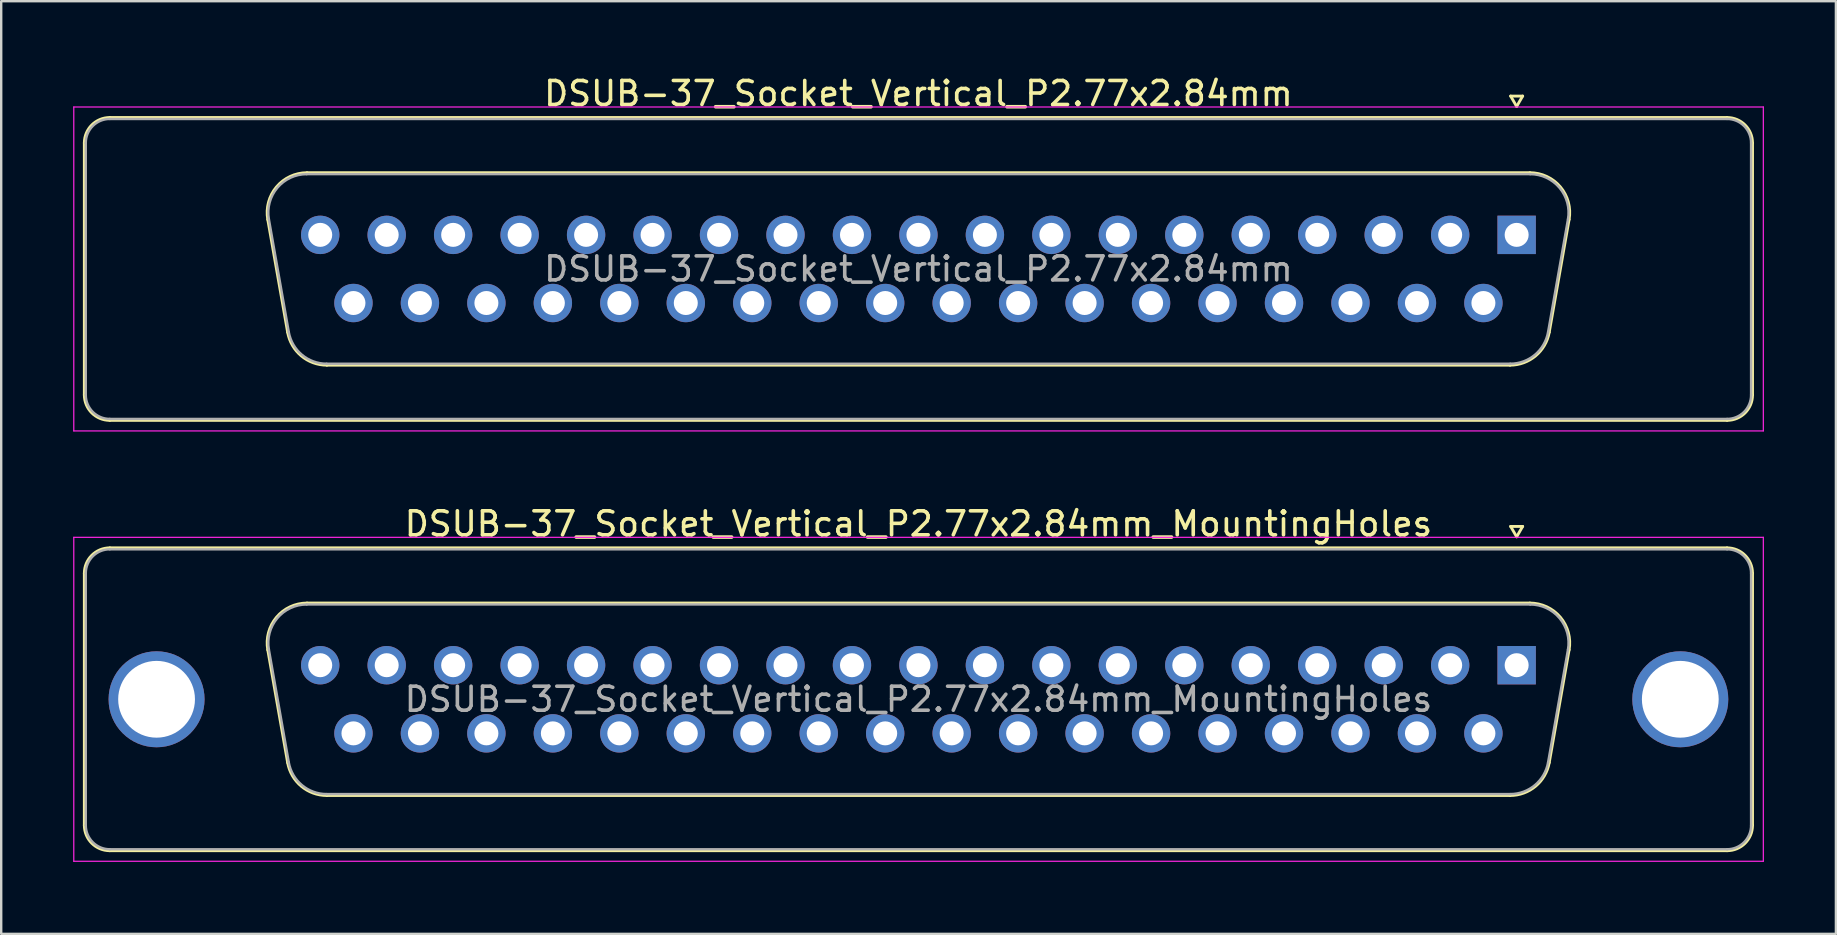
<source format=kicad_pcb>
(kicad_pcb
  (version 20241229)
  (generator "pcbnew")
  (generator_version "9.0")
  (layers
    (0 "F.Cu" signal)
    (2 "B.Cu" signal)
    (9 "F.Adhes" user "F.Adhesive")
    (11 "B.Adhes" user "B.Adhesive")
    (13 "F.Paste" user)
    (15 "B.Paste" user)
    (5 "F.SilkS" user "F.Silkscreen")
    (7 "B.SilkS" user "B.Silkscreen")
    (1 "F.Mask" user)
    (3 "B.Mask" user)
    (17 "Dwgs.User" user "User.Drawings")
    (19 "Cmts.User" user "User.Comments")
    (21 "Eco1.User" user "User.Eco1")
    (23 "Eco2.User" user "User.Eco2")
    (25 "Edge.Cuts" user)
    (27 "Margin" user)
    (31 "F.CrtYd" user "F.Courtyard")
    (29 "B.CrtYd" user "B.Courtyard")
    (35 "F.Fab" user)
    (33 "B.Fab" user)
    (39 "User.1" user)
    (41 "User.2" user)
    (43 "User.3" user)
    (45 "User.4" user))
  (footprint "DSUB-37_Socket_Vertical_P2.77x2.84mm"
    (layer "F.Cu")
    (at 60.155 6.738)
    (property "Reference" "DSUB-37_Socket_Vertical_P2.77x2.84mm" (at -24.93 -5.89 0) (layer "F.SilkS") (effects (font (size 1 1) (thickness 0.15))))
    (attr through_hole)
    (fp_line (start -59.69 6.67) (end -59.69 -3.83) (stroke (width 0.12) (type solid)) (layer "F.SilkS"))
    (fp_line (start -58.63 -4.89) (end 8.77 -4.89) (stroke (width 0.12) (type solid)) (layer "F.SilkS"))
    (fp_line (start -51.218 4.058) (end -52.046 -0.642) (stroke (width 0.12) (type solid)) (layer "F.SilkS"))
    (fp_line (start -50.412 -2.59) (end 0.552 -2.59) (stroke (width 0.12) (type solid)) (layer "F.SilkS"))
    (fp_line (start -0.277 5.43) (end -49.583 5.43) (stroke (width 0.12) (type solid)) (layer "F.SilkS"))
    (fp_line (start -0.25 -5.784) (end 0.25 -5.784) (stroke (width 0.12) (type solid)) (layer "F.SilkS"))
    (fp_line (start 0 -5.351) (end -0.25 -5.784) (stroke (width 0.12) (type solid)) (layer "F.SilkS"))
    (fp_line (start 0.25 -5.784) (end 0 -5.351) (stroke (width 0.12) (type solid)) (layer "F.SilkS"))
    (fp_line (start 2.186 -0.642) (end 1.358 4.058) (stroke (width 0.12) (type solid)) (layer "F.SilkS"))
    (fp_line (start 8.77 7.73) (end -58.63 7.73) (stroke (width 0.12) (type solid)) (layer "F.SilkS"))
    (fp_line (start 9.83 -3.83) (end 9.83 6.67) (stroke (width 0.12) (type solid)) (layer "F.SilkS"))
    (fp_arc (start -59.69 -3.83) (mid -59.379533 -4.579533) (end -58.63 -4.89) (stroke (width 0.12) (type solid)) (layer "F.SilkS"))
    (fp_arc (start -58.63 7.73) (mid -59.379533 7.419533) (end -59.69 6.67) (stroke (width 0.12) (type solid)) (layer "F.SilkS"))
    (fp_arc (start -52.04647 -0.641744) (mid -51.683323 -1.997027) (end -50.411689 -2.59) (stroke (width 0.12) (type solid)) (layer "F.SilkS"))
    (fp_arc (start -49.582952 5.43) (mid -50.64998 5.041634) (end -51.217733 4.058256) (stroke (width 0.12) (type solid)) (layer "F.SilkS"))
    (fp_arc (start 0.551689 -2.59) (mid 1.823323 -1.997027) (end 2.18647 -0.641744) (stroke (width 0.12) (type solid)) (layer "F.SilkS"))
    (fp_arc (start 1.357733 4.058256) (mid 0.78998 5.041634) (end -0.277048 5.43) (stroke (width 0.12) (type solid)) (layer "F.SilkS"))
    (fp_arc (start 8.77 -4.89) (mid 9.519533 -4.579533) (end 9.83 -3.83) (stroke (width 0.12) (type solid)) (layer "F.SilkS"))
    (fp_arc (start 9.83 6.67) (mid 9.519533 7.419533) (end 8.77 7.73) (stroke (width 0.12) (type solid)) (layer "F.SilkS"))
    (fp_line (start -60.13 -5.33) (end -60.13 8.17) (stroke (width 0.05) (type solid)) (layer "F.CrtYd"))
    (fp_line (start -60.13 8.17) (end 10.28 8.17) (stroke (width 0.05) (type solid)) (layer "F.CrtYd"))
    (fp_line (start 10.28 -5.33) (end -60.13 -5.33) (stroke (width 0.05) (type solid)) (layer "F.CrtYd"))
    (fp_line (start 10.28 8.17) (end 10.28 -5.33) (stroke (width 0.05) (type solid)) (layer "F.CrtYd"))
    (fp_line (start -59.63 6.67) (end -59.63 -3.83) (stroke (width 0.1) (type solid)) (layer "F.Fab"))
    (fp_line (start -58.63 -4.83) (end 8.77 -4.83) (stroke (width 0.1) (type solid)) (layer "F.Fab"))
    (fp_line (start -51.17 4.048) (end -51.999 -0.652) (stroke (width 0.1) (type solid)) (layer "F.Fab"))
    (fp_line (start -50.423 -2.53) (end 0.563 -2.53) (stroke (width 0.1) (type solid)) (layer "F.Fab"))
    (fp_line (start -0.266 5.37) (end -49.594 5.37) (stroke (width 0.1) (type solid)) (layer "F.Fab"))
    (fp_line (start 2.139 -0.652) (end 1.31 4.048) (stroke (width 0.1) (type solid)) (layer "F.Fab"))
    (fp_line (start 8.77 7.67) (end -58.63 7.67) (stroke (width 0.1) (type solid)) (layer "F.Fab"))
    (fp_line (start 9.77 -3.83) (end 9.77 6.67) (stroke (width 0.1) (type solid)) (layer "F.Fab"))
    (fp_arc (start -59.63 -3.83) (mid -59.337107 -4.537107) (end -58.63 -4.83) (stroke (width 0.1) (type solid)) (layer "F.Fab"))
    (fp_arc (start -58.63 7.67) (mid -59.337107 7.377107) (end -59.63 6.67) (stroke (width 0.1) (type solid)) (layer "F.Fab"))
    (fp_arc (start -51.998887 -0.652163) (mid -51.648865 -1.95846) (end -50.423194 -2.53) (stroke (width 0.1) (type solid)) (layer "F.Fab"))
    (fp_arc (start -49.594457 5.37) (mid -50.622918 4.995671) (end -51.17015 4.047837) (stroke (width 0.1) (type solid)) (layer "F.Fab"))
    (fp_arc (start 0.563194 -2.53) (mid 1.788865 -1.95846) (end 2.138887 -0.652163) (stroke (width 0.1) (type solid)) (layer "F.Fab"))
    (fp_arc (start 1.31015 4.047837) (mid 0.762918 4.995671) (end -0.265543 5.37) (stroke (width 0.1) (type solid)) (layer "F.Fab"))
    (fp_arc (start 8.77 -4.83) (mid 9.477107 -4.537107) (end 9.77 -3.83) (stroke (width 0.1) (type solid)) (layer "F.Fab"))
    (fp_arc (start 9.77 6.67) (mid 9.477107 7.377107) (end 8.77 7.67) (stroke (width 0.1) (type solid)) (layer "F.Fab"))
    (fp_text user "${REFERENCE}" (at -24.93 1.42 0) (layer "F.Fab") (effects (font (size 1 1) (thickness 0.15))))
    (pad "1" thru_hole rect (at 0 0) (size 1.6 1.6) (drill 1) (layers "*.Cu" "*.Mask"))
    (pad "2" thru_hole circle (at -2.77 0) (size 1.6 1.6) (drill 1) (layers "*.Cu" "*.Mask"))
    (pad "3" thru_hole circle (at -5.54 0) (size 1.6 1.6) (drill 1) (layers "*.Cu" "*.Mask"))
    (pad "4" thru_hole circle (at -8.31 0) (size 1.6 1.6) (drill 1) (layers "*.Cu" "*.Mask"))
    (pad "5" thru_hole circle (at -11.08 0) (size 1.6 1.6) (drill 1) (layers "*.Cu" "*.Mask"))
    (pad "6" thru_hole circle (at -13.85 0) (size 1.6 1.6) (drill 1) (layers "*.Cu" "*.Mask"))
    (pad "7" thru_hole circle (at -16.62 0) (size 1.6 1.6) (drill 1) (layers "*.Cu" "*.Mask"))
    (pad "8" thru_hole circle (at -19.39 0) (size 1.6 1.6) (drill 1) (layers "*.Cu" "*.Mask"))
    (pad "9" thru_hole circle (at -22.16 0) (size 1.6 1.6) (drill 1) (layers "*.Cu" "*.Mask"))
    (pad "10" thru_hole circle (at -24.93 0) (size 1.6 1.6) (drill 1) (layers "*.Cu" "*.Mask"))
    (pad "11" thru_hole circle (at -27.7 0) (size 1.6 1.6) (drill 1) (layers "*.Cu" "*.Mask"))
    (pad "12" thru_hole circle (at -30.47 0) (size 1.6 1.6) (drill 1) (layers "*.Cu" "*.Mask"))
    (pad "13" thru_hole circle (at -33.24 0) (size 1.6 1.6) (drill 1) (layers "*.Cu" "*.Mask"))
    (pad "14" thru_hole circle (at -36.01 0) (size 1.6 1.6) (drill 1) (layers "*.Cu" "*.Mask"))
    (pad "15" thru_hole circle (at -38.78 0) (size 1.6 1.6) (drill 1) (layers "*.Cu" "*.Mask"))
    (pad "16" thru_hole circle (at -41.55 0) (size 1.6 1.6) (drill 1) (layers "*.Cu" "*.Mask"))
    (pad "17" thru_hole circle (at -44.32 0) (size 1.6 1.6) (drill 1) (layers "*.Cu" "*.Mask"))
    (pad "18" thru_hole circle (at -47.09 0) (size 1.6 1.6) (drill 1) (layers "*.Cu" "*.Mask"))
    (pad "19" thru_hole circle (at -49.86 0) (size 1.6 1.6) (drill 1) (layers "*.Cu" "*.Mask"))
    (pad "20" thru_hole circle (at -1.385 2.84) (size 1.6 1.6) (drill 1) (layers "*.Cu" "*.Mask"))
    (pad "21" thru_hole circle (at -4.155 2.84) (size 1.6 1.6) (drill 1) (layers "*.Cu" "*.Mask"))
    (pad "22" thru_hole circle (at -6.925 2.84) (size 1.6 1.6) (drill 1) (layers "*.Cu" "*.Mask"))
    (pad "23" thru_hole circle (at -9.695 2.84) (size 1.6 1.6) (drill 1) (layers "*.Cu" "*.Mask"))
    (pad "24" thru_hole circle (at -12.465 2.84) (size 1.6 1.6) (drill 1) (layers "*.Cu" "*.Mask"))
    (pad "25" thru_hole circle (at -15.235 2.84) (size 1.6 1.6) (drill 1) (layers "*.Cu" "*.Mask"))
    (pad "26" thru_hole circle (at -18.005 2.84) (size 1.6 1.6) (drill 1) (layers "*.Cu" "*.Mask"))
    (pad "27" thru_hole circle (at -20.775 2.84) (size 1.6 1.6) (drill 1) (layers "*.Cu" "*.Mask"))
    (pad "28" thru_hole circle (at -23.545 2.84) (size 1.6 1.6) (drill 1) (layers "*.Cu" "*.Mask"))
    (pad "29" thru_hole circle (at -26.315 2.84) (size 1.6 1.6) (drill 1) (layers "*.Cu" "*.Mask"))
    (pad "30" thru_hole circle (at -29.085 2.84) (size 1.6 1.6) (drill 1) (layers "*.Cu" "*.Mask"))
    (pad "31" thru_hole circle (at -31.855 2.84) (size 1.6 1.6) (drill 1) (layers "*.Cu" "*.Mask"))
    (pad "32" thru_hole circle (at -34.625 2.84) (size 1.6 1.6) (drill 1) (layers "*.Cu" "*.Mask"))
    (pad "33" thru_hole circle (at -37.395 2.84) (size 1.6 1.6) (drill 1) (layers "*.Cu" "*.Mask"))
    (pad "34" thru_hole circle (at -40.165 2.84) (size 1.6 1.6) (drill 1) (layers "*.Cu" "*.Mask"))
    (pad "35" thru_hole circle (at -42.935 2.84) (size 1.6 1.6) (drill 1) (layers "*.Cu" "*.Mask"))
    (pad "36" thru_hole circle (at -45.705 2.84) (size 1.6 1.6) (drill 1) (layers "*.Cu" "*.Mask"))
    (pad "37" thru_hole circle (at -48.475 2.84) (size 1.6 1.6) (drill 1) (layers "*.Cu" "*.Mask")))
  (footprint "DSUB-37_Socket_Vertical_P2.77x2.84mm_MountingHoles"
    (layer "F.Cu")
    (at 60.155 24.672)
    (property "Reference" "DSUB-37_Socket_Vertical_P2.77x2.84mm_MountingHoles" (at -24.93 -5.89 0) (layer "F.SilkS") (effects (font (size 1 1) (thickness 0.15))))
    (attr through_hole)
    (fp_line (start -59.69 6.67) (end -59.69 -3.83) (stroke (width 0.12) (type solid)) (layer "F.SilkS"))
    (fp_line (start -58.63 -4.89) (end 8.77 -4.89) (stroke (width 0.12) (type solid)) (layer "F.SilkS"))
    (fp_line (start -51.218 4.058) (end -52.046 -0.642) (stroke (width 0.12) (type solid)) (layer "F.SilkS"))
    (fp_line (start -50.412 -2.59) (end 0.552 -2.59) (stroke (width 0.12) (type solid)) (layer "F.SilkS"))
    (fp_line (start -0.277 5.43) (end -49.583 5.43) (stroke (width 0.12) (type solid)) (layer "F.SilkS"))
    (fp_line (start -0.25 -5.784) (end 0.25 -5.784) (stroke (width 0.12) (type solid)) (layer "F.SilkS"))
    (fp_line (start 0 -5.351) (end -0.25 -5.784) (stroke (width 0.12) (type solid)) (layer "F.SilkS"))
    (fp_line (start 0.25 -5.784) (end 0 -5.351) (stroke (width 0.12) (type solid)) (layer "F.SilkS"))
    (fp_line (start 2.186 -0.642) (end 1.358 4.058) (stroke (width 0.12) (type solid)) (layer "F.SilkS"))
    (fp_line (start 8.77 7.73) (end -58.63 7.73) (stroke (width 0.12) (type solid)) (layer "F.SilkS"))
    (fp_line (start 9.83 -3.83) (end 9.83 6.67) (stroke (width 0.12) (type solid)) (layer "F.SilkS"))
    (fp_arc (start -59.69 -3.83) (mid -59.379533 -4.579533) (end -58.63 -4.89) (stroke (width 0.12) (type solid)) (layer "F.SilkS"))
    (fp_arc (start -58.63 7.73) (mid -59.379533 7.419533) (end -59.69 6.67) (stroke (width 0.12) (type solid)) (layer "F.SilkS"))
    (fp_arc (start -52.04647 -0.641744) (mid -51.683323 -1.997027) (end -50.411689 -2.59) (stroke (width 0.12) (type solid)) (layer "F.SilkS"))
    (fp_arc (start -49.582952 5.43) (mid -50.64998 5.041634) (end -51.217733 4.058256) (stroke (width 0.12) (type solid)) (layer "F.SilkS"))
    (fp_arc (start 0.551689 -2.59) (mid 1.823323 -1.997027) (end 2.18647 -0.641744) (stroke (width 0.12) (type solid)) (layer "F.SilkS"))
    (fp_arc (start 1.357733 4.058256) (mid 0.78998 5.041634) (end -0.277048 5.43) (stroke (width 0.12) (type solid)) (layer "F.SilkS"))
    (fp_arc (start 8.77 -4.89) (mid 9.519533 -4.579533) (end 9.83 -3.83) (stroke (width 0.12) (type solid)) (layer "F.SilkS"))
    (fp_arc (start 9.83 6.67) (mid 9.519533 7.419533) (end 8.77 7.73) (stroke (width 0.12) (type solid)) (layer "F.SilkS"))
    (fp_line (start -60.13 -5.33) (end -60.13 8.17) (stroke (width 0.05) (type solid)) (layer "F.CrtYd"))
    (fp_line (start -60.13 8.17) (end 10.28 8.17) (stroke (width 0.05) (type solid)) (layer "F.CrtYd"))
    (fp_line (start 10.28 -5.33) (end -60.13 -5.33) (stroke (width 0.05) (type solid)) (layer "F.CrtYd"))
    (fp_line (start 10.28 8.17) (end 10.28 -5.33) (stroke (width 0.05) (type solid)) (layer "F.CrtYd"))
    (fp_line (start -59.63 6.67) (end -59.63 -3.83) (stroke (width 0.1) (type solid)) (layer "F.Fab"))
    (fp_line (start -58.63 -4.83) (end 8.77 -4.83) (stroke (width 0.1) (type solid)) (layer "F.Fab"))
    (fp_line (start -51.17 4.048) (end -51.999 -0.652) (stroke (width 0.1) (type solid)) (layer "F.Fab"))
    (fp_line (start -50.423 -2.53) (end 0.563 -2.53) (stroke (width 0.1) (type solid)) (layer "F.Fab"))
    (fp_line (start -0.266 5.37) (end -49.594 5.37) (stroke (width 0.1) (type solid)) (layer "F.Fab"))
    (fp_line (start 2.139 -0.652) (end 1.31 4.048) (stroke (width 0.1) (type solid)) (layer "F.Fab"))
    (fp_line (start 8.77 7.67) (end -58.63 7.67) (stroke (width 0.1) (type solid)) (layer "F.Fab"))
    (fp_line (start 9.77 -3.83) (end 9.77 6.67) (stroke (width 0.1) (type solid)) (layer "F.Fab"))
    (fp_arc (start -59.63 -3.83) (mid -59.337107 -4.537107) (end -58.63 -4.83) (stroke (width 0.1) (type solid)) (layer "F.Fab"))
    (fp_arc (start -58.63 7.67) (mid -59.337107 7.377107) (end -59.63 6.67) (stroke (width 0.1) (type solid)) (layer "F.Fab"))
    (fp_arc (start -51.998887 -0.652163) (mid -51.648865 -1.95846) (end -50.423194 -2.53) (stroke (width 0.1) (type solid)) (layer "F.Fab"))
    (fp_arc (start -49.594457 5.37) (mid -50.622918 4.995671) (end -51.17015 4.047837) (stroke (width 0.1) (type solid)) (layer "F.Fab"))
    (fp_arc (start 0.563194 -2.53) (mid 1.788865 -1.95846) (end 2.138887 -0.652163) (stroke (width 0.1) (type solid)) (layer "F.Fab"))
    (fp_arc (start 1.31015 4.047837) (mid 0.762918 4.995671) (end -0.265543 5.37) (stroke (width 0.1) (type solid)) (layer "F.Fab"))
    (fp_arc (start 8.77 -4.83) (mid 9.477107 -4.537107) (end 9.77 -3.83) (stroke (width 0.1) (type solid)) (layer "F.Fab"))
    (fp_arc (start 9.77 6.67) (mid 9.477107 7.377107) (end 8.77 7.67) (stroke (width 0.1) (type solid)) (layer "F.Fab"))
    (fp_text user "${REFERENCE}" (at -24.93 1.42 0) (layer "F.Fab") (effects (font (size 1 1) (thickness 0.15))))
    (pad "0" thru_hole circle (at -56.68 1.42) (size 4 4) (drill 3.2) (layers "*.Cu" "*.Mask"))
    (pad "0" thru_hole circle (at 6.82 1.42) (size 4 4) (drill 3.2) (layers "*.Cu" "*.Mask"))
    (pad "1" thru_hole rect (at 0 0) (size 1.6 1.6) (drill 1) (layers "*.Cu" "*.Mask"))
    (pad "2" thru_hole circle (at -2.77 0) (size 1.6 1.6) (drill 1) (layers "*.Cu" "*.Mask"))
    (pad "3" thru_hole circle (at -5.54 0) (size 1.6 1.6) (drill 1) (layers "*.Cu" "*.Mask"))
    (pad "4" thru_hole circle (at -8.31 0) (size 1.6 1.6) (drill 1) (layers "*.Cu" "*.Mask"))
    (pad "5" thru_hole circle (at -11.08 0) (size 1.6 1.6) (drill 1) (layers "*.Cu" "*.Mask"))
    (pad "6" thru_hole circle (at -13.85 0) (size 1.6 1.6) (drill 1) (layers "*.Cu" "*.Mask"))
    (pad "7" thru_hole circle (at -16.62 0) (size 1.6 1.6) (drill 1) (layers "*.Cu" "*.Mask"))
    (pad "8" thru_hole circle (at -19.39 0) (size 1.6 1.6) (drill 1) (layers "*.Cu" "*.Mask"))
    (pad "9" thru_hole circle (at -22.16 0) (size 1.6 1.6) (drill 1) (layers "*.Cu" "*.Mask"))
    (pad "10" thru_hole circle (at -24.93 0) (size 1.6 1.6) (drill 1) (layers "*.Cu" "*.Mask"))
    (pad "11" thru_hole circle (at -27.7 0) (size 1.6 1.6) (drill 1) (layers "*.Cu" "*.Mask"))
    (pad "12" thru_hole circle (at -30.47 0) (size 1.6 1.6) (drill 1) (layers "*.Cu" "*.Mask"))
    (pad "13" thru_hole circle (at -33.24 0) (size 1.6 1.6) (drill 1) (layers "*.Cu" "*.Mask"))
    (pad "14" thru_hole circle (at -36.01 0) (size 1.6 1.6) (drill 1) (layers "*.Cu" "*.Mask"))
    (pad "15" thru_hole circle (at -38.78 0) (size 1.6 1.6) (drill 1) (layers "*.Cu" "*.Mask"))
    (pad "16" thru_hole circle (at -41.55 0) (size 1.6 1.6) (drill 1) (layers "*.Cu" "*.Mask"))
    (pad "17" thru_hole circle (at -44.32 0) (size 1.6 1.6) (drill 1) (layers "*.Cu" "*.Mask"))
    (pad "18" thru_hole circle (at -47.09 0) (size 1.6 1.6) (drill 1) (layers "*.Cu" "*.Mask"))
    (pad "19" thru_hole circle (at -49.86 0) (size 1.6 1.6) (drill 1) (layers "*.Cu" "*.Mask"))
    (pad "20" thru_hole circle (at -1.385 2.84) (size 1.6 1.6) (drill 1) (layers "*.Cu" "*.Mask"))
    (pad "21" thru_hole circle (at -4.155 2.84) (size 1.6 1.6) (drill 1) (layers "*.Cu" "*.Mask"))
    (pad "22" thru_hole circle (at -6.925 2.84) (size 1.6 1.6) (drill 1) (layers "*.Cu" "*.Mask"))
    (pad "23" thru_hole circle (at -9.695 2.84) (size 1.6 1.6) (drill 1) (layers "*.Cu" "*.Mask"))
    (pad "24" thru_hole circle (at -12.465 2.84) (size 1.6 1.6) (drill 1) (layers "*.Cu" "*.Mask"))
    (pad "25" thru_hole circle (at -15.235 2.84) (size 1.6 1.6) (drill 1) (layers "*.Cu" "*.Mask"))
    (pad "26" thru_hole circle (at -18.005 2.84) (size 1.6 1.6) (drill 1) (layers "*.Cu" "*.Mask"))
    (pad "27" thru_hole circle (at -20.775 2.84) (size 1.6 1.6) (drill 1) (layers "*.Cu" "*.Mask"))
    (pad "28" thru_hole circle (at -23.545 2.84) (size 1.6 1.6) (drill 1) (layers "*.Cu" "*.Mask"))
    (pad "29" thru_hole circle (at -26.315 2.84) (size 1.6 1.6) (drill 1) (layers "*.Cu" "*.Mask"))
    (pad "30" thru_hole circle (at -29.085 2.84) (size 1.6 1.6) (drill 1) (layers "*.Cu" "*.Mask"))
    (pad "31" thru_hole circle (at -31.855 2.84) (size 1.6 1.6) (drill 1) (layers "*.Cu" "*.Mask"))
    (pad "32" thru_hole circle (at -34.625 2.84) (size 1.6 1.6) (drill 1) (layers "*.Cu" "*.Mask"))
    (pad "33" thru_hole circle (at -37.395 2.84) (size 1.6 1.6) (drill 1) (layers "*.Cu" "*.Mask"))
    (pad "34" thru_hole circle (at -40.165 2.84) (size 1.6 1.6) (drill 1) (layers "*.Cu" "*.Mask"))
    (pad "35" thru_hole circle (at -42.935 2.84) (size 1.6 1.6) (drill 1) (layers "*.Cu" "*.Mask"))
    (pad "36" thru_hole circle (at -45.705 2.84) (size 1.6 1.6) (drill 1) (layers "*.Cu" "*.Mask"))
    (pad "37" thru_hole circle (at -48.475 2.84) (size 1.6 1.6) (drill 1) (layers "*.Cu" "*.Mask")))
  (gr_rect
    (start -3 -3)
    (end 73.46 35.867)
    (stroke (width 0.1) (type default))
    (fill no)
    (layer "Edge.Cuts")))
</source>
